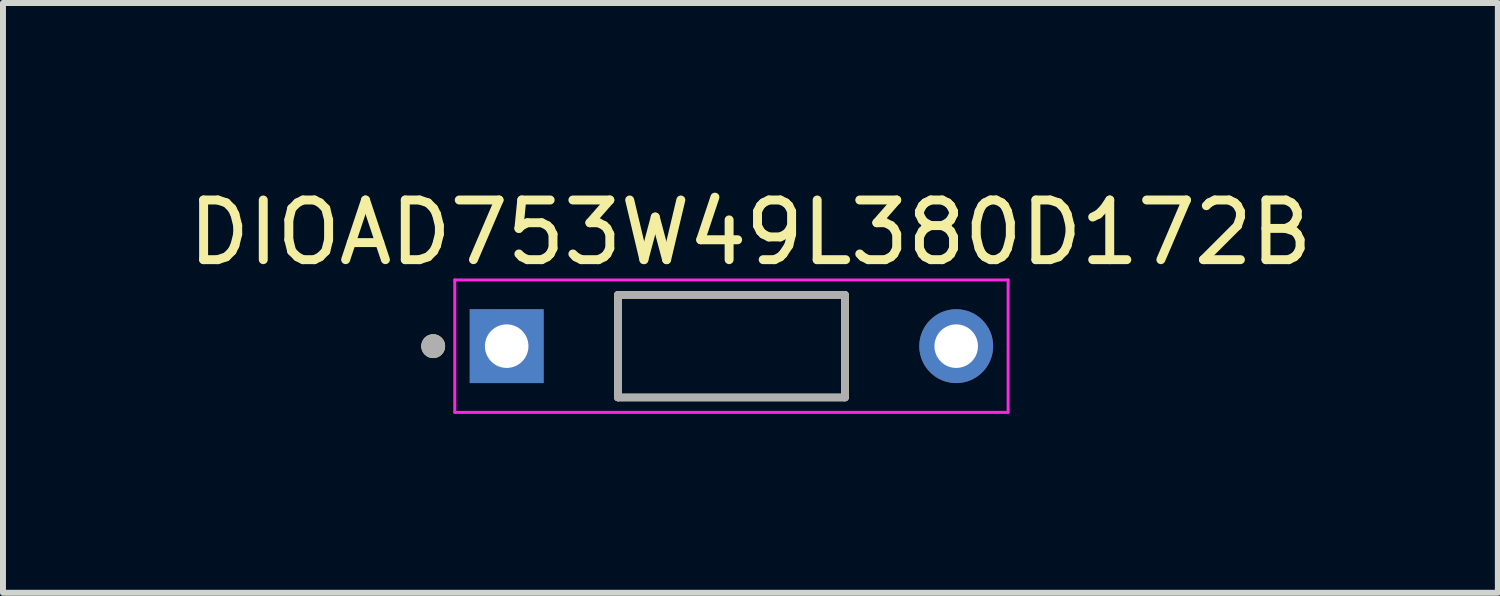
<source format=kicad_pcb>
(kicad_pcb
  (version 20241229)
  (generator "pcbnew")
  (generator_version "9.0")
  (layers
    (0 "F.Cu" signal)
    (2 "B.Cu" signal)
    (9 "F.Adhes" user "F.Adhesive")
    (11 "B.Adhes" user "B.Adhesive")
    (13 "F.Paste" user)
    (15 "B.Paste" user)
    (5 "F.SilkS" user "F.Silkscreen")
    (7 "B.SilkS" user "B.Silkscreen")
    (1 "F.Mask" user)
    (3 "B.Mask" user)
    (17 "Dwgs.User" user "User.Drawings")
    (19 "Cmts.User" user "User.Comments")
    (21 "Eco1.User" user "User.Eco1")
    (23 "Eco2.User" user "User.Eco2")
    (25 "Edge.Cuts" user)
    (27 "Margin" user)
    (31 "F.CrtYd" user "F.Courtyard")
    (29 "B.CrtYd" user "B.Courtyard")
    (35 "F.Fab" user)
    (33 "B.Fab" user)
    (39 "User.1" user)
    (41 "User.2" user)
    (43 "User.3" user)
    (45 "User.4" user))
  (footprint "DIOAD753W49L380D172B"
    (layer "F.Cu")
    (at 9.212 2.753)
    (property "Reference" "DIOAD753W49L380D172B" (at 0.318 -1.905 0) (layer "F.SilkS") (effects (font (size 1 1) (thickness 0.15))))
    (attr through_hole)
    (fp_line (start -1.903 -0.86) (end 1.903 -0.86) (stroke (width 0.127) (type solid)) (layer "F.SilkS"))
    (fp_line (start -1.903 0.86) (end -1.903 -0.86) (stroke (width 0.127) (type solid)) (layer "F.SilkS"))
    (fp_line (start 1.903 -0.86) (end 1.903 0.86) (stroke (width 0.127) (type solid)) (layer "F.SilkS"))
    (fp_line (start 1.903 0.86) (end -1.903 0.86) (stroke (width 0.127) (type solid)) (layer "F.SilkS"))
    (fp_circle (center -5 0) (end -4.9 0) (stroke (width 0.2) (type solid)) (fill no) (layer "F.SilkS"))
    (fp_line (start -4.638 -1.11) (end 4.638 -1.11) (stroke (width 0.05) (type solid)) (layer "F.CrtYd"))
    (fp_line (start -4.638 1.11) (end -4.638 -1.11) (stroke (width 0.05) (type solid)) (layer "F.CrtYd"))
    (fp_line (start 4.638 -1.11) (end 4.638 1.11) (stroke (width 0.05) (type solid)) (layer "F.CrtYd"))
    (fp_line (start 4.638 1.11) (end -4.638 1.11) (stroke (width 0.05) (type solid)) (layer "F.CrtYd"))
    (fp_line (start -1.903 -0.86) (end 1.903 -0.86) (stroke (width 0.127) (type solid)) (layer "F.Fab"))
    (fp_line (start -1.903 0.86) (end -1.903 -0.86) (stroke (width 0.127) (type solid)) (layer "F.Fab"))
    (fp_line (start 1.903 -0.86) (end 1.903 0.86) (stroke (width 0.127) (type solid)) (layer "F.Fab"))
    (fp_line (start 1.903 0.86) (end -1.903 0.86) (stroke (width 0.127) (type solid)) (layer "F.Fab"))
    (fp_circle (center -5 0) (end -4.9 0) (stroke (width 0.2) (type solid)) (fill no) (layer "F.Fab"))
    (pad "A" thru_hole circle (at 3.768 0) (size 1.238 1.238) (drill 0.73) (layers "*.Cu" "*.Mask"))
    (pad "K" thru_hole rect (at -3.768 0) (size 1.238 1.238) (drill 0.73) (layers "*.Cu" "*.Mask")))
  (gr_rect
    (start -3 -3)
    (end 22.06 6.888)
    (stroke (width 0.1) (type default))
    (fill no)
    (layer "Edge.Cuts")))
</source>
